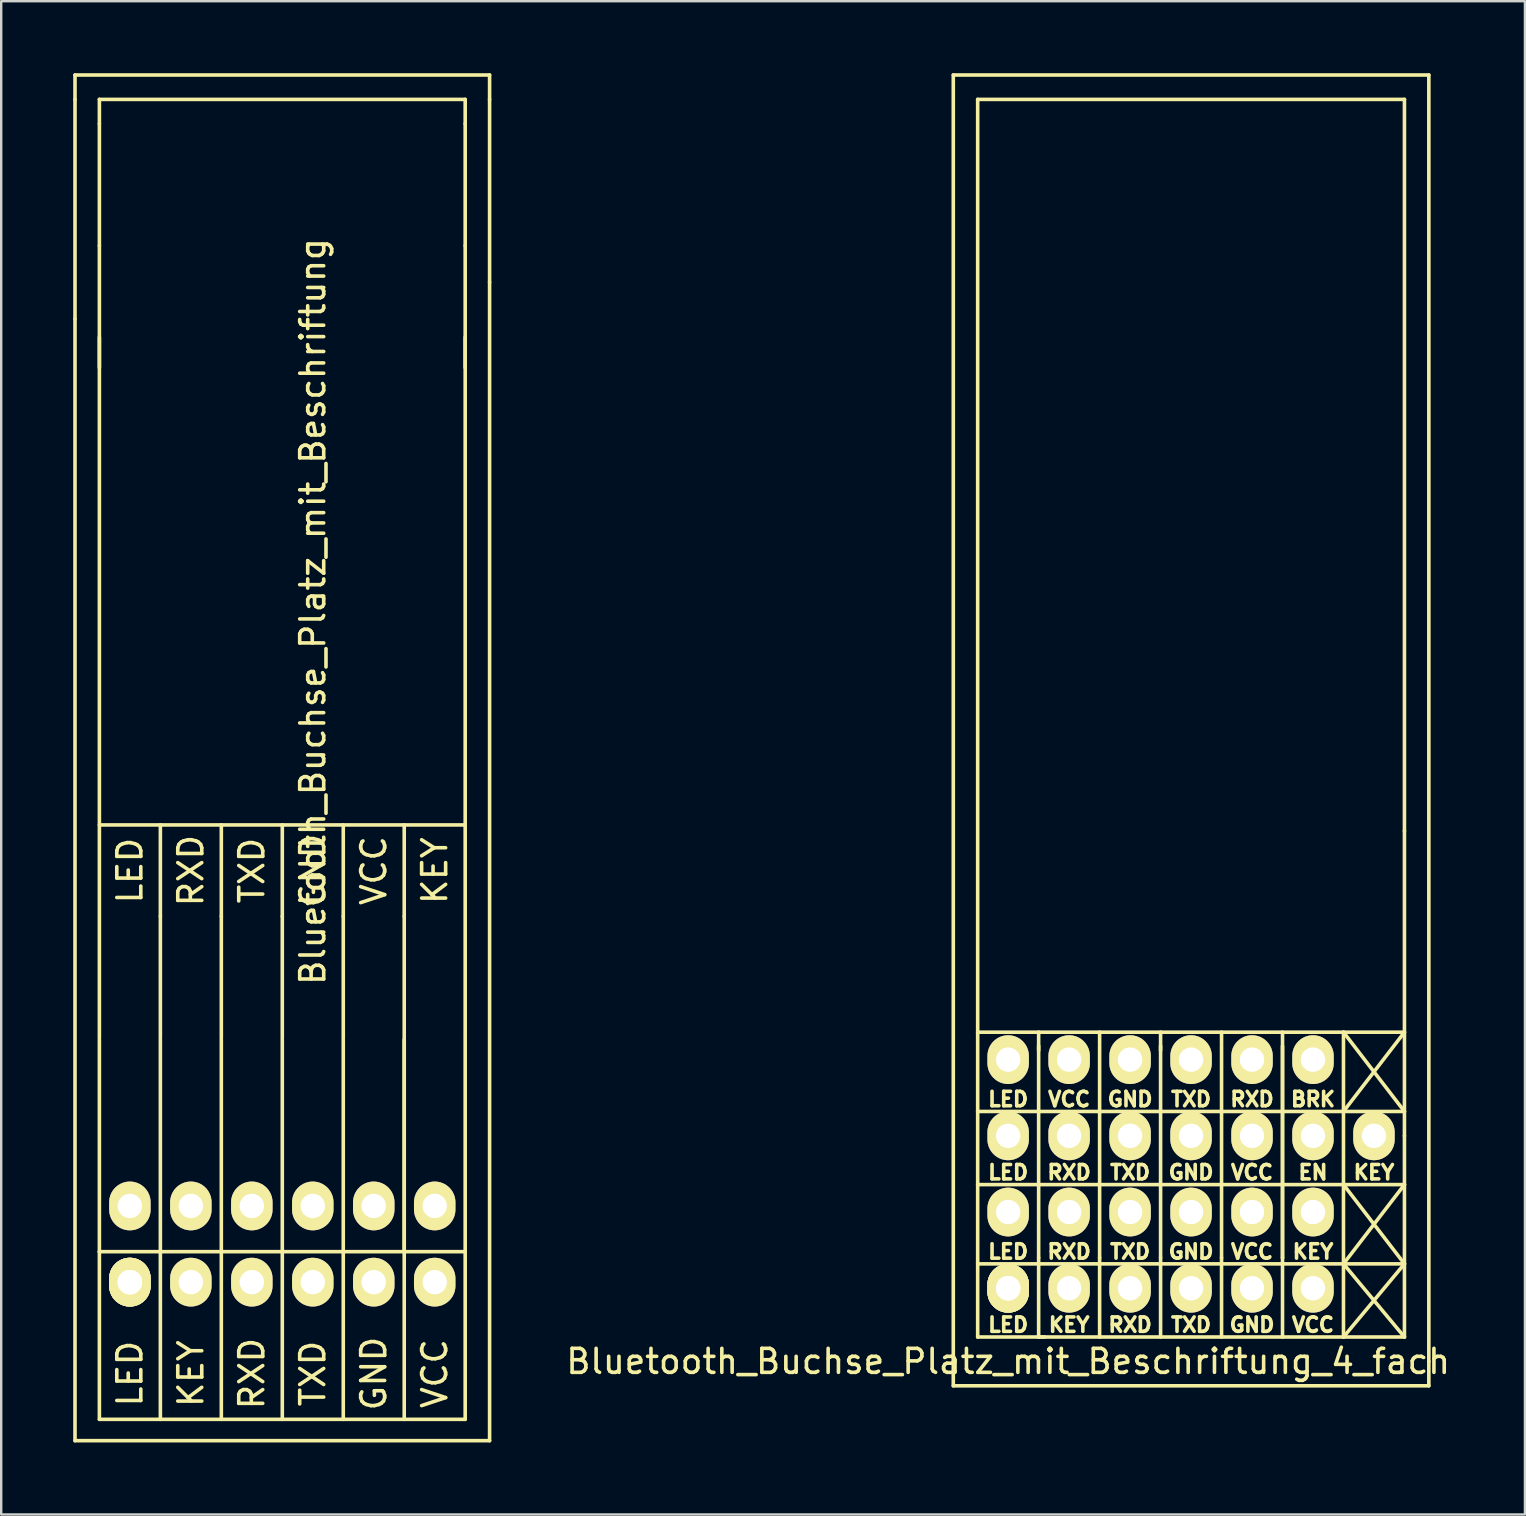
<source format=kicad_pcb>
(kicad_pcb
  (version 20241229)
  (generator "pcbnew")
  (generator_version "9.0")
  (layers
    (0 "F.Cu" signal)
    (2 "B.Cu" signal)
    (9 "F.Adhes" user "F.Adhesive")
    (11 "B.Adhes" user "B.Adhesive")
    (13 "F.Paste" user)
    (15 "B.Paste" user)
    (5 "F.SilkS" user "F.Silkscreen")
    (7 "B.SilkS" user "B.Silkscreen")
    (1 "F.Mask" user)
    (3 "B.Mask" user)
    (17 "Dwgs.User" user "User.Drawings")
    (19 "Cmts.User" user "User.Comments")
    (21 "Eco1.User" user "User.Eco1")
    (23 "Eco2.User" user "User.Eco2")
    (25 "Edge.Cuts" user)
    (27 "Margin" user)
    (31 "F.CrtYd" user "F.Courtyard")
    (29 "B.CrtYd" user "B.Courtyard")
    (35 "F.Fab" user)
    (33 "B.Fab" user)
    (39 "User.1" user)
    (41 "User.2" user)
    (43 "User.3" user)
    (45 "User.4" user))
  (footprint "Bluetooth_Buchse_Platz_mit_Beschriftung"
    (layer "F.Cu")
    (at 8.711 50.367)
    (property "Reference" "Bluetooth_Buchse_Platz_mit_Beschriftung" (at 1.27 -27.94 90) (layer "F.SilkS") (effects (font (size 1 1) (thickness 0.15))))
    (attr through_hole)
    (fp_line (start -8.636 -50.292) (end 8.636 -50.292) (stroke (width 0.15) (type solid)) (layer "F.SilkS"))
    (fp_line (start -8.636 -49.276) (end -8.636 -50.292) (stroke (width 0.15) (type solid)) (layer "F.SilkS"))
    (fp_line (start -8.636 -40.132) (end -8.636 -49.276) (stroke (width 0.15) (type solid)) (layer "F.SilkS"))
    (fp_line (start -8.636 -40.132) (end -8.636 6.604) (stroke (width 0.15) (type solid)) (layer "F.SilkS"))
    (fp_line (start -8.636 6.604) (end 8.636 6.604) (stroke (width 0.15) (type solid)) (layer "F.SilkS"))
    (fp_line (start -7.62 -49.276) (end 7.62 -49.276) (stroke (width 0.15) (type solid)) (layer "F.SilkS"))
    (fp_line (start -7.62 -48.26) (end -7.62 -49.276) (stroke (width 0.15) (type solid)) (layer "F.SilkS"))
    (fp_line (start -7.62 -43.18) (end -7.62 -48.26) (stroke (width 0.15) (type solid)) (layer "F.SilkS"))
    (fp_line (start -7.62 -43.18) (end -7.62 -38.1) (stroke (width 0.15) (type solid)) (layer "F.SilkS"))
    (fp_line (start -7.62 -10.16) (end -7.62 -39.37) (stroke (width 0.15) (type solid)) (layer "F.SilkS"))
    (fp_line (start -7.62 -10.1) (end -7.62 -1.27) (stroke (width 0.15) (type solid)) (layer "F.SilkS"))
    (fp_line (start -7.62 -1.27) (end -7.62 5.715) (stroke (width 0.15) (type solid)) (layer "F.SilkS"))
    (fp_line (start -7.62 5.715) (end 7.62 5.715) (stroke (width 0.15) (type solid)) (layer "F.SilkS"))
    (fp_line (start -5.08 -15.24) (end -5.08 -19.05) (stroke (width 0.15) (type solid)) (layer "F.SilkS"))
    (fp_line (start -5.08 -10.16) (end -5.08 -15.24) (stroke (width 0.15) (type solid)) (layer "F.SilkS"))
    (fp_line (start -5.08 -10.1) (end -5.08 -1.27) (stroke (width 0.15) (type solid)) (layer "F.SilkS"))
    (fp_line (start -5.08 -1.27) (end -7.62 -1.27) (stroke (width 0.15) (type solid)) (layer "F.SilkS"))
    (fp_line (start -5.08 -1.27) (end -5.08 5.715) (stroke (width 0.15) (type solid)) (layer "F.SilkS"))
    (fp_line (start -2.54 -15.24) (end -2.54 -19.05) (stroke (width 0.15) (type solid)) (layer "F.SilkS"))
    (fp_line (start -2.54 -10.16) (end -2.54 -15.24) (stroke (width 0.15) (type solid)) (layer "F.SilkS"))
    (fp_line (start -2.54 -10.1) (end -2.54 -1.27) (stroke (width 0.15) (type solid)) (layer "F.SilkS"))
    (fp_line (start -2.54 -1.27) (end -5.08 -1.27) (stroke (width 0.15) (type solid)) (layer "F.SilkS"))
    (fp_line (start -2.54 -1.27) (end -2.54 5.715) (stroke (width 0.15) (type solid)) (layer "F.SilkS"))
    (fp_line (start 0 -15.24) (end 0 -19.05) (stroke (width 0.15) (type solid)) (layer "F.SilkS"))
    (fp_line (start 0 -10.16) (end 0 -15.24) (stroke (width 0.15) (type solid)) (layer "F.SilkS"))
    (fp_line (start 0 -10.1) (end 0 -1.27) (stroke (width 0.15) (type solid)) (layer "F.SilkS"))
    (fp_line (start 0 -1.27) (end -2.54 -1.27) (stroke (width 0.15) (type solid)) (layer "F.SilkS"))
    (fp_line (start 0 -1.27) (end 0 5.715) (stroke (width 0.15) (type solid)) (layer "F.SilkS"))
    (fp_line (start 2.54 -15.24) (end 2.54 -19.05) (stroke (width 0.15) (type solid)) (layer "F.SilkS"))
    (fp_line (start 2.54 -10.16) (end 2.54 -15.24) (stroke (width 0.15) (type solid)) (layer "F.SilkS"))
    (fp_line (start 2.54 -10.1) (end 2.54 -1.27) (stroke (width 0.15) (type solid)) (layer "F.SilkS"))
    (fp_line (start 2.54 -1.27) (end 0 -1.27) (stroke (width 0.15) (type solid)) (layer "F.SilkS"))
    (fp_line (start 2.54 -1.27) (end 2.54 5.715) (stroke (width 0.15) (type solid)) (layer "F.SilkS"))
    (fp_line (start 5.08 -15.24) (end 5.08 -19.05) (stroke (width 0.15) (type solid)) (layer "F.SilkS"))
    (fp_line (start 5.08 -10.16) (end 5.08 -15.24) (stroke (width 0.15) (type solid)) (layer "F.SilkS"))
    (fp_line (start 5.08 -10.1) (end 5.08 -1.27) (stroke (width 0.15) (type solid)) (layer "F.SilkS"))
    (fp_line (start 5.08 -1.27) (end 2.54 -1.27) (stroke (width 0.15) (type solid)) (layer "F.SilkS"))
    (fp_line (start 5.08 -1.27) (end 5.08 -10.1) (stroke (width 0.15) (type solid)) (layer "F.SilkS"))
    (fp_line (start 5.08 -1.27) (end 5.08 5.715) (stroke (width 0.15) (type solid)) (layer "F.SilkS"))
    (fp_line (start 7.62 -49.276) (end 7.62 -48.26) (stroke (width 0.15) (type solid)) (layer "F.SilkS"))
    (fp_line (start 7.62 -48.26) (end 7.62 -43.18) (stroke (width 0.15) (type solid)) (layer "F.SilkS"))
    (fp_line (start 7.62 -39.37) (end 7.62 -10.16) (stroke (width 0.15) (type solid)) (layer "F.SilkS"))
    (fp_line (start 7.62 -38.1) (end 7.62 -43.18) (stroke (width 0.15) (type solid)) (layer "F.SilkS"))
    (fp_line (start 7.62 -19.05) (end -7.62 -19.05) (stroke (width 0.15) (type solid)) (layer "F.SilkS"))
    (fp_line (start 7.62 -1.27) (end 5.08 -1.27) (stroke (width 0.15) (type solid)) (layer "F.SilkS"))
    (fp_line (start 7.62 -1.27) (end 7.62 -10.1) (stroke (width 0.15) (type solid)) (layer "F.SilkS"))
    (fp_line (start 7.62 5.715) (end 7.62 -1.27) (stroke (width 0.15) (type solid)) (layer "F.SilkS"))
    (fp_line (start 8.636 -50.292) (end 8.636 -49.276) (stroke (width 0.15) (type solid)) (layer "F.SilkS"))
    (fp_line (start 8.636 -49.276) (end 8.636 -41.656) (stroke (width 0.15) (type solid)) (layer "F.SilkS"))
    (fp_line (start 8.636 6.604) (end 8.636 -41.656) (stroke (width 0.15) (type solid)) (layer "F.SilkS"))
    (fp_text user "RXD" (at -3.81 -17.145 90) (layer "F.SilkS") (effects (font (size 1 1) (thickness 0.15))))
    (fp_text user "KEY" (at 6.35 -17.145 90) (layer "F.SilkS") (effects (font (size 1 1) (thickness 0.15))))
    (fp_text user "RXD" (at -1.27 3.81 90) (layer "F.SilkS") (effects (font (size 1 1) (thickness 0.15))))
    (fp_text user "TXD" (at 1.27 3.81 90) (layer "F.SilkS") (effects (font (size 1 1) (thickness 0.15))))
    (fp_text user "VCC" (at 6.35 3.81 90) (layer "F.SilkS") (effects (font (size 1 1) (thickness 0.15))))
    (fp_text user "LED" (at -6.35 -17.145 90) (layer "F.SilkS") (effects (font (size 1 1) (thickness 0.15))))
    (fp_text user "GND" (at 1.27 -17.145 90) (layer "F.SilkS") (effects (font (size 1 1) (thickness 0.15))))
    (fp_text user "LED" (at -6.35 3.81 90) (layer "F.SilkS") (effects (font (size 1 1) (thickness 0.15))))
    (fp_text user "KEY" (at -3.81 3.81 90) (layer "F.SilkS") (effects (font (size 1 1) (thickness 0.15))))
    (fp_text user "TXD" (at -1.27 -17.145 90) (layer "F.SilkS") (effects (font (size 1 1) (thickness 0.15))))
    (fp_text user "GND" (at 3.81 3.81 90) (layer "F.SilkS") (effects (font (size 1 1) (thickness 0.15))))
    (fp_text user "VCC" (at 3.81 -17.145 90) (layer "F.SilkS") (effects (font (size 1 1) (thickness 0.15))))
    (pad "GND" thru_hole oval (at 1.27 -3.175 180) (size 1.727 2.032) (drill 1.016) (layers "*.Cu" "*.Mask" "F.SilkS"))
    (pad "GND" thru_hole oval (at 3.81 0 180) (size 1.727 2.032) (drill 1.016) (layers "*.Cu" "*.Mask" "F.SilkS"))
    (pad "Key" thru_hole oval (at -3.81 0 180) (size 1.727 2.032) (drill 1.016) (layers "*.Cu" "*.Mask" "F.SilkS"))
    (pad "Key" thru_hole oval (at 6.35 -3.175 180) (size 1.727 2.032) (drill 1.016) (layers "*.Cu" "*.Mask" "F.SilkS"))
    (pad "LED" thru_hole oval (at -6.35 -3.175 180) (size 1.727 2.032) (drill 1.016) (layers "*.Cu" "*.Mask" "F.SilkS"))
    (pad "LED" thru_hole oval (at -6.35 0 180) (size 1.727 2.032) (drill 1.016) (layers "*.Cu" "*.Mask" "F.SilkS"))
    (pad "LED" thru_hole oval (at -6.35 0 180) (size 1.727 2.032) (drill 1.016) (layers "*.Cu" "*.Mask" "F.SilkS"))
    (pad "LED" thru_hole oval (at -6.35 0 180) (size 1.727 2.032) (drill 1.016) (layers "*.Cu" "*.Mask" "F.SilkS"))
    (pad "RXD" thru_hole oval (at -3.81 -3.175 180) (size 1.727 2.032) (drill 1.016) (layers "*.Cu" "*.Mask" "F.SilkS"))
    (pad "RXD" thru_hole oval (at -1.27 0 180) (size 1.727 2.032) (drill 1.016) (layers "*.Cu" "*.Mask" "F.SilkS"))
    (pad "TXD" thru_hole oval (at -1.27 -3.175 180) (size 1.727 2.032) (drill 1.016) (layers "*.Cu" "*.Mask" "F.SilkS"))
    (pad "TXD" thru_hole oval (at 1.27 0 180) (size 1.727 2.032) (drill 1.016) (layers "*.Cu" "*.Mask" "F.SilkS"))
    (pad "VCC" thru_hole oval (at 3.81 -3.175 180) (size 1.727 2.032) (drill 1.016) (layers "*.Cu" "*.Mask" "F.SilkS"))
    (pad "VCC" thru_hole oval (at 6.35 0 180) (size 1.727 2.032) (drill 1.016) (layers "*.Cu" "*.Mask" "F.SilkS")))
  (footprint "Bluetooth_Buchse_Platz_mit_Beschriftung_4_fach"
    (layer "F.Cu")
    (at 45.302 50.621)
    (property "Reference" "Bluetooth_Buchse_Platz_mit_Beschriftung_4_fach" (at -6.35 3.048 180) (layer "F.SilkS") (effects (font (size 1 1) (thickness 0.15))))
    (attr through_hole)
    (fp_line (start -8.636 -50.546) (end -8.636 3.048) (stroke (width 0.15) (type solid)) (layer "F.SilkS"))
    (fp_line (start -8.636 -50.546) (end 11.176 -50.546) (stroke (width 0.15) (type solid)) (layer "F.SilkS"))
    (fp_line (start -8.636 3.048) (end -8.636 4.064) (stroke (width 0.15) (type solid)) (layer "F.SilkS"))
    (fp_line (start -8.636 4.064) (end 11.176 4.064) (stroke (width 0.15) (type solid)) (layer "F.SilkS"))
    (fp_line (start -7.62 -7.366) (end 7.62 -7.366) (stroke (width 0.15) (type solid)) (layer "F.SilkS"))
    (fp_line (start -7.62 -4.318) (end 7.62 -4.318) (stroke (width 0.15) (type solid)) (layer "F.SilkS"))
    (fp_line (start -7.62 -1.016) (end 7.62 -1.016) (stroke (width 0.15) (type solid)) (layer "F.SilkS"))
    (fp_line (start -7.62 2.032) (end -7.62 -49.53) (stroke (width 0.15) (type solid)) (layer "F.SilkS"))
    (fp_line (start -7.62 2.032) (end 7.62 2.032) (stroke (width 0.15) (type solid)) (layer "F.SilkS"))
    (fp_line (start -5.08 -10.1) (end -5.08 -1.27) (stroke (width 0.15) (type solid)) (layer "F.SilkS"))
    (fp_line (start -5.08 -9.906) (end -5.08 -10.668) (stroke (width 0.15) (type solid)) (layer "F.SilkS"))
    (fp_line (start -5.08 -1.27) (end -5.08 2.032) (stroke (width 0.15) (type solid)) (layer "F.SilkS"))
    (fp_line (start -5.08 2.032) (end -4.826 2.032) (stroke (width 0.15) (type solid)) (layer "F.SilkS"))
    (fp_line (start -2.54 -10.668) (end -2.54 -10.16) (stroke (width 0.15) (type solid)) (layer "F.SilkS"))
    (fp_line (start -2.54 -10.1) (end -2.54 -1.27) (stroke (width 0.15) (type solid)) (layer "F.SilkS"))
    (fp_line (start -2.54 -1.27) (end -2.54 2.032) (stroke (width 0.15) (type solid)) (layer "F.SilkS"))
    (fp_line (start 0 -10.668) (end 0 -9.906) (stroke (width 0.15) (type solid)) (layer "F.SilkS"))
    (fp_line (start 0 -10.1) (end 0 -1.27) (stroke (width 0.15) (type solid)) (layer "F.SilkS"))
    (fp_line (start 0 -1.27) (end 0 2.032) (stroke (width 0.15) (type solid)) (layer "F.SilkS"))
    (fp_line (start 2.54 -10.668) (end 2.54 -10.16) (stroke (width 0.15) (type solid)) (layer "F.SilkS"))
    (fp_line (start 2.54 -10.1) (end 2.54 -1.27) (stroke (width 0.15) (type solid)) (layer "F.SilkS"))
    (fp_line (start 2.54 -1.27) (end 2.54 2.032) (stroke (width 0.15) (type solid)) (layer "F.SilkS"))
    (fp_line (start 5.08 -10.668) (end 5.08 -10.16) (stroke (width 0.15) (type solid)) (layer "F.SilkS"))
    (fp_line (start 5.08 -10.1) (end 5.08 -1.27) (stroke (width 0.15) (type solid)) (layer "F.SilkS"))
    (fp_line (start 5.08 -1.27) (end 5.08 -10.1) (stroke (width 0.15) (type solid)) (layer "F.SilkS"))
    (fp_line (start 5.08 -1.27) (end 5.08 2.032) (stroke (width 0.15) (type solid)) (layer "F.SilkS"))
    (fp_line (start 7.62 -10.668) (end 10.16 -7.366) (stroke (width 0.15) (type solid)) (layer "F.SilkS"))
    (fp_line (start 7.62 -7.366) (end 10.16 -10.668) (stroke (width 0.15) (type solid)) (layer "F.SilkS"))
    (fp_line (start 7.62 -7.366) (end 10.16 -7.366) (stroke (width 0.15) (type solid)) (layer "F.SilkS"))
    (fp_line (start 7.62 -4.318) (end 10.16 -4.318) (stroke (width 0.15) (type solid)) (layer "F.SilkS"))
    (fp_line (start 7.62 -4.318) (end 10.16 -1.016) (stroke (width 0.15) (type solid)) (layer "F.SilkS"))
    (fp_line (start 7.62 -1.016) (end 10.16 -4.318) (stroke (width 0.15) (type solid)) (layer "F.SilkS"))
    (fp_line (start 7.62 -1.016) (end 10.16 -1.016) (stroke (width 0.15) (type solid)) (layer "F.SilkS"))
    (fp_line (start 7.62 -1.016) (end 10.16 2.032) (stroke (width 0.15) (type solid)) (layer "F.SilkS"))
    (fp_line (start 7.62 2.032) (end 7.62 -10.668) (stroke (width 0.15) (type solid)) (layer "F.SilkS"))
    (fp_line (start 7.62 2.032) (end 10.16 -1.016) (stroke (width 0.15) (type solid)) (layer "F.SilkS"))
    (fp_line (start 10.16 -49.53) (end -7.62 -49.53) (stroke (width 0.15) (type solid)) (layer "F.SilkS"))
    (fp_line (start 10.16 -19.05) (end 10.16 -49.53) (stroke (width 0.15) (type solid)) (layer "F.SilkS"))
    (fp_line (start 10.16 -10.668) (end -7.62 -10.668) (stroke (width 0.15) (type solid)) (layer "F.SilkS"))
    (fp_line (start 10.16 -6.35) (end 10.16 -19.05) (stroke (width 0.15) (type solid)) (layer "F.SilkS"))
    (fp_line (start 10.16 -6.35) (end 10.16 2.032) (stroke (width 0.15) (type solid)) (layer "F.SilkS"))
    (fp_line (start 10.16 2.032) (end 7.62 2.032) (stroke (width 0.15) (type solid)) (layer "F.SilkS"))
    (fp_line (start 11.176 -50.546) (end 11.176 3.048) (stroke (width 0.15) (type solid)) (layer "F.SilkS"))
    (fp_line (start 11.176 4.064) (end 11.176 3.048) (stroke (width 0.15) (type solid)) (layer "F.SilkS"))
    (fp_text user "LED" (at -6.35 1.524 180) (layer "F.SilkS") (effects (font (size 0.6 0.6) (thickness 0.15))))
    (fp_text user "VCC" (at 3.81 -4.826 180) (layer "F.SilkS") (effects (font (size 0.6 0.6) (thickness 0.15))))
    (fp_text user "RXD" (at -3.81 -4.826 180) (layer "F.SilkS") (effects (font (size 0.6 0.6) (thickness 0.15))))
    (fp_text user "EN" (at 6.35 -4.826 0) (layer "F.SilkS") (effects (font (size 0.6 0.6) (thickness 0.15))))
    (fp_text user "TXD" (at -1.27 -1.524 180) (layer "F.SilkS") (effects (font (size 0.6 0.6) (thickness 0.15))))
    (fp_text user "RXD" (at -3.81 -1.524 180) (layer "F.SilkS") (effects (font (size 0.6 0.6) (thickness 0.15))))
    (fp_text user "KEY" (at -3.81 1.524 180) (layer "F.SilkS") (effects (font (size 0.6 0.6) (thickness 0.15))))
    (fp_text user "VCC" (at 6.35 1.524 180) (layer "F.SilkS") (effects (font (size 0.6 0.6) (thickness 0.15))))
    (fp_text user "RXD" (at 3.81 -7.874 180) (layer "F.SilkS") (effects (font (size 0.6 0.6) (thickness 0.15))))
    (fp_text user "LED" (at -6.35 -4.826 180) (layer "F.SilkS") (effects (font (size 0.6 0.6) (thickness 0.15))))
    (fp_text user "VCC" (at 3.81 -1.524 180) (layer "F.SilkS") (effects (font (size 0.6 0.6) (thickness 0.15))))
    (fp_text user "GND" (at -1.27 -7.874 180) (layer "F.SilkS") (effects (font (size 0.6 0.6) (thickness 0.15))))
    (fp_text user "TXD" (at -1.27 -4.826 180) (layer "F.SilkS") (effects (font (size 0.6 0.6) (thickness 0.15))))
    (fp_text user "GND" (at 1.27 -1.524 180) (layer "F.SilkS") (effects (font (size 0.6 0.6) (thickness 0.15))))
    (fp_text user "GND" (at 3.81 1.524 180) (layer "F.SilkS") (effects (font (size 0.6 0.6) (thickness 0.15))))
    (fp_text user "LED" (at -6.35 -7.874 180) (layer "F.SilkS") (effects (font (size 0.6 0.6) (thickness 0.15))))
    (fp_text user "TXD" (at 1.27 -7.874 180) (layer "F.SilkS") (effects (font (size 0.6 0.6) (thickness 0.15))))
    (fp_text user "GND" (at 1.27 -4.826 180) (layer "F.SilkS") (effects (font (size 0.6 0.6) (thickness 0.15))))
    (fp_text user "KEY" (at 8.89 -4.826 180) (layer "F.SilkS") (effects (font (size 0.6 0.6) (thickness 0.15))))
    (fp_text user "LED" (at -6.35 -1.524 180) (layer "F.SilkS") (effects (font (size 0.6 0.6) (thickness 0.15))))
    (fp_text user "VCC" (at -3.81 -7.874 180) (layer "F.SilkS") (effects (font (size 0.6 0.6) (thickness 0.15))))
    (fp_text user "KEY" (at 6.35 -1.524 180) (layer "F.SilkS") (effects (font (size 0.6 0.6) (thickness 0.15))))
    (fp_text user "RXD" (at -1.27 1.524 180) (layer "F.SilkS") (effects (font (size 0.6 0.6) (thickness 0.15))))
    (fp_text user "TXD" (at 1.27 1.524 180) (layer "F.SilkS") (effects (font (size 0.6 0.6) (thickness 0.15))))
    (fp_text user "BRK" (at 6.35 -7.874 0) (layer "F.SilkS") (effects (font (size 0.6 0.6) (thickness 0.15))))
    (pad "BRK" thru_hole oval (at 6.35 -9.525 180) (size 1.727 2.032) (drill 1.016) (layers "*.Cu" "*.Mask" "F.SilkS"))
    (pad "EN" thru_hole oval (at 6.35 -6.35 180) (size 1.727 2.032) (drill 1.016) (layers "*.Cu" "*.Mask" "F.SilkS"))
    (pad "GND" thru_hole oval (at -1.27 -9.525 180) (size 1.727 2.032) (drill 1.016) (layers "*.Cu" "*.Mask" "F.SilkS"))
    (pad "GND" thru_hole oval (at 1.27 -6.35 180) (size 1.727 2.032) (drill 1.016) (layers "*.Cu" "*.Mask" "F.SilkS"))
    (pad "GND" thru_hole oval (at 1.27 -3.175 180) (size 1.727 2.032) (drill 1.016) (layers "*.Cu" "*.Mask" "F.SilkS"))
    (pad "GND" thru_hole oval (at 3.81 0 180) (size 1.727 2.032) (drill 1.016) (layers "*.Cu" "*.Mask" "F.SilkS"))
    (pad "Key" thru_hole oval (at -3.81 0 180) (size 1.727 2.032) (drill 1.016) (layers "*.Cu" "*.Mask" "F.SilkS"))
    (pad "Key" thru_hole oval (at 6.35 -3.175 180) (size 1.727 2.032) (drill 1.016) (layers "*.Cu" "*.Mask" "F.SilkS"))
    (pad "Key" thru_hole oval (at 8.89 -6.35 180) (size 1.727 2.032) (drill 1.016) (layers "*.Cu" "*.Mask" "F.SilkS"))
    (pad "LED" thru_hole oval (at -6.35 -9.525 180) (size 1.727 2.032) (drill 1.016) (layers "*.Cu" "*.Mask" "F.SilkS"))
    (pad "LED" thru_hole oval (at -6.35 -6.35 180) (size 1.727 2.032) (drill 1.016) (layers "*.Cu" "*.Mask" "F.SilkS"))
    (pad "LED" thru_hole oval (at -6.35 -3.175 180) (size 1.727 2.032) (drill 1.016) (layers "*.Cu" "*.Mask" "F.SilkS"))
    (pad "LED" thru_hole oval (at -6.35 0 180) (size 1.727 2.032) (drill 1.016) (layers "*.Cu" "*.Mask" "F.SilkS"))
    (pad "LED" thru_hole oval (at -6.35 0 180) (size 1.727 2.032) (drill 1.016) (layers "*.Cu" "*.Mask" "F.SilkS"))
    (pad "LED" thru_hole oval (at -6.35 0 180) (size 1.727 2.032) (drill 1.016) (layers "*.Cu" "*.Mask" "F.SilkS"))
    (pad "RXD" thru_hole oval (at -3.81 -6.35 180) (size 1.727 2.032) (drill 1.016) (layers "*.Cu" "*.Mask" "F.SilkS"))
    (pad "RXD" thru_hole oval (at -3.81 -3.175 180) (size 1.727 2.032) (drill 1.016) (layers "*.Cu" "*.Mask" "F.SilkS"))
    (pad "RXD" thru_hole oval (at -1.27 0 180) (size 1.727 2.032) (drill 1.016) (layers "*.Cu" "*.Mask" "F.SilkS"))
    (pad "RXD" thru_hole oval (at 3.81 -9.525 180) (size 1.727 2.032) (drill 1.016) (layers "*.Cu" "*.Mask" "F.SilkS"))
    (pad "TXD" thru_hole oval (at -1.27 -6.35 180) (size 1.727 2.032) (drill 1.016) (layers "*.Cu" "*.Mask" "F.SilkS"))
    (pad "TXD" thru_hole oval (at -1.27 -3.175 180) (size 1.727 2.032) (drill 1.016) (layers "*.Cu" "*.Mask" "F.SilkS"))
    (pad "TXD" thru_hole oval (at 1.27 -9.525 180) (size 1.727 2.032) (drill 1.016) (layers "*.Cu" "*.Mask" "F.SilkS"))
    (pad "TXD" thru_hole oval (at 1.27 0 180) (size 1.727 2.032) (drill 1.016) (layers "*.Cu" "*.Mask" "F.SilkS"))
    (pad "VCC" thru_hole oval (at -3.81 -9.525 180) (size 1.727 2.032) (drill 1.016) (layers "*.Cu" "*.Mask" "F.SilkS"))
    (pad "VCC" thru_hole oval (at 3.81 -6.35 180) (size 1.727 2.032) (drill 1.016) (layers "*.Cu" "*.Mask" "F.SilkS"))
    (pad "VCC" thru_hole oval (at 3.81 -3.175 180) (size 1.727 2.032) (drill 1.016) (layers "*.Cu" "*.Mask" "F.SilkS"))
    (pad "VCC" thru_hole oval (at 6.35 0 180) (size 1.727 2.032) (drill 1.016) (layers "*.Cu" "*.Mask" "F.SilkS")))
  (gr_rect
    (start -3 -3)
    (end 60.482 60.046)
    (stroke (width 0.1) (type default))
    (fill no)
    (layer "Edge.Cuts")))
</source>
